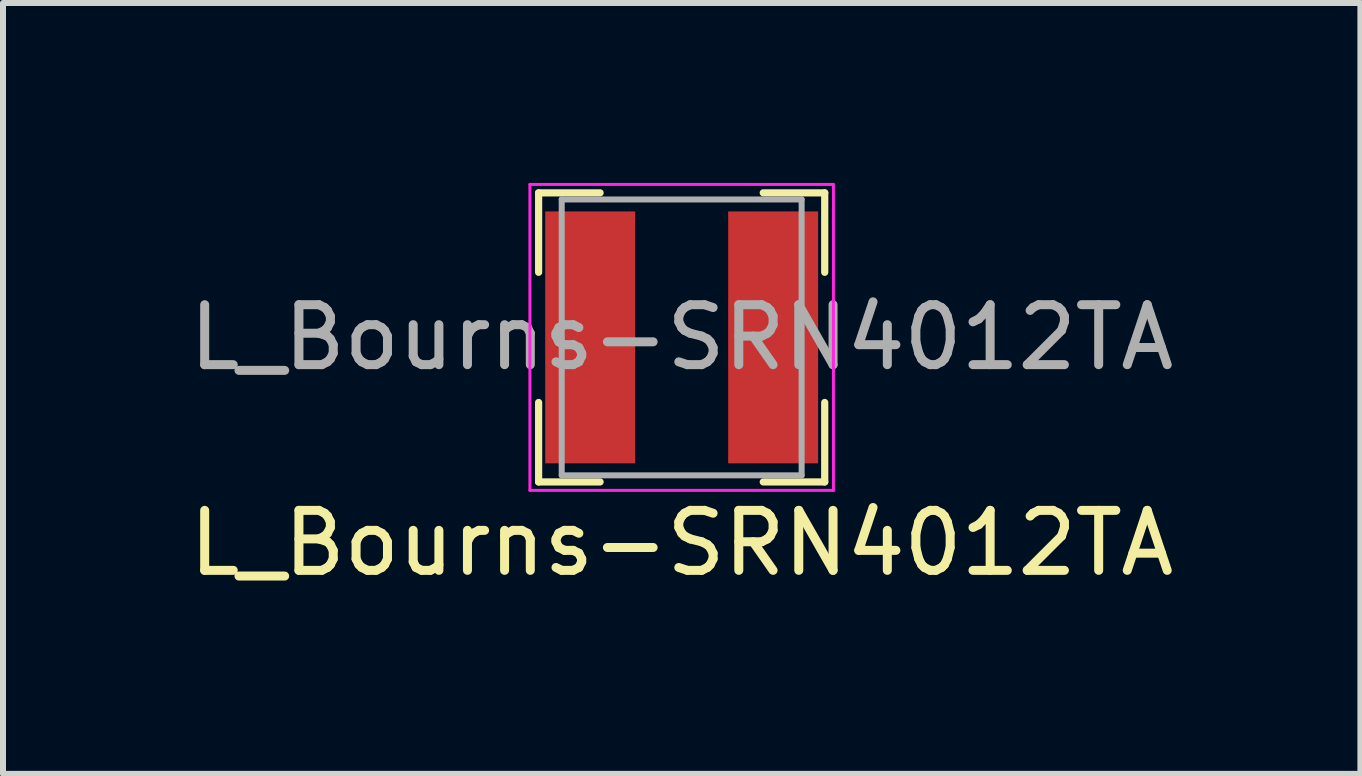
<source format=kicad_pcb>
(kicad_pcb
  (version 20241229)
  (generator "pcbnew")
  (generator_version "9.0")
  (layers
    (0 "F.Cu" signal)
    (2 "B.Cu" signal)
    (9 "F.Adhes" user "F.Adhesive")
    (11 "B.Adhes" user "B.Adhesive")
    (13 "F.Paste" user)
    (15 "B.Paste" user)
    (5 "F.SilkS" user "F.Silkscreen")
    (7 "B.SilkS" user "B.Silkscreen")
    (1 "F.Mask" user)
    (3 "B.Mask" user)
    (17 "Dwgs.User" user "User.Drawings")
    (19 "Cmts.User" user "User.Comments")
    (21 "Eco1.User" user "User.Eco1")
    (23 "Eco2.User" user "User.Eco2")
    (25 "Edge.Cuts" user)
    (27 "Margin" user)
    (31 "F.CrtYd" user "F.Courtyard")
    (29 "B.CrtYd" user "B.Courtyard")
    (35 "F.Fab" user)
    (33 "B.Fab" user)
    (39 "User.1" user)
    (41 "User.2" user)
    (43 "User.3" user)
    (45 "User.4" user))
  (footprint "L_Bourns-SRN4012TA"
    (layer "F.Cu")
    (at 8.315 2.575)
    (property "Reference" "L_Bourns-SRN4012TA" (at 0 3.429 0) (layer "F.SilkS") (effects (font (size 1 1) (thickness 0.15))))
    (attr smd)
    (fp_line (start -2.385 -2.41) (end -2.385 -1.085) (stroke (width 0.12) (type solid)) (layer "F.SilkS"))
    (fp_line (start -2.385 -2.41) (end -1.36 -2.41) (stroke (width 0.12) (type solid)) (layer "F.SilkS"))
    (fp_line (start -2.385 2.41) (end -2.385 1.085) (stroke (width 0.12) (type solid)) (layer "F.SilkS"))
    (fp_line (start -2.385 2.41) (end -1.36 2.41) (stroke (width 0.12) (type solid)) (layer "F.SilkS"))
    (fp_line (start 2.385 -2.41) (end 1.36 -2.41) (stroke (width 0.12) (type solid)) (layer "F.SilkS"))
    (fp_line (start 2.385 -2.41) (end 2.385 -1.085) (stroke (width 0.12) (type solid)) (layer "F.SilkS"))
    (fp_line (start 2.385 2.41) (end 1.36 2.41) (stroke (width 0.12) (type solid)) (layer "F.SilkS"))
    (fp_line (start 2.385 2.41) (end 2.385 1.085) (stroke (width 0.12) (type solid)) (layer "F.SilkS"))
    (fp_line (start -2.53 -2.55) (end -2.53 2.55) (stroke (width 0.05) (type solid)) (layer "F.CrtYd"))
    (fp_line (start -2.53 -2.55) (end 2.53 -2.55) (stroke (width 0.05) (type solid)) (layer "F.CrtYd"))
    (fp_line (start -2.53 2.55) (end 2.53 2.55) (stroke (width 0.05) (type solid)) (layer "F.CrtYd"))
    (fp_line (start 2.53 -2.55) (end 2.53 2.55) (stroke (width 0.05) (type solid)) (layer "F.CrtYd"))
    (fp_line (start -2 -2.3) (end -2 2.3) (stroke (width 0.1) (type solid)) (layer "F.Fab"))
    (fp_line (start -2 -2.3) (end 2 -2.3) (stroke (width 0.1) (type solid)) (layer "F.Fab"))
    (fp_line (start 2 -2.3) (end 2 2.3) (stroke (width 0.1) (type solid)) (layer "F.Fab"))
    (fp_line (start 2 2.3) (end -2 2.3) (stroke (width 0.1) (type solid)) (layer "F.Fab"))
    (fp_text user "${REFERENCE}" (at 0 0 0) (layer "F.Fab") (effects (font (size 1 1) (thickness 0.15))))
    (pad "1" smd rect (at -1.525 0) (size 1.5 4.2) (layers "F.Cu" "F.Mask" "F.Paste"))
    (pad "2" smd rect (at 1.525 0) (size 1.5 4.2) (layers "F.Cu" "F.Mask" "F.Paste")))
  (gr_rect
    (start -3 -3)
    (end 19.631 9.852)
    (stroke (width 0.1) (type default))
    (fill no)
    (layer "Edge.Cuts")))
</source>
